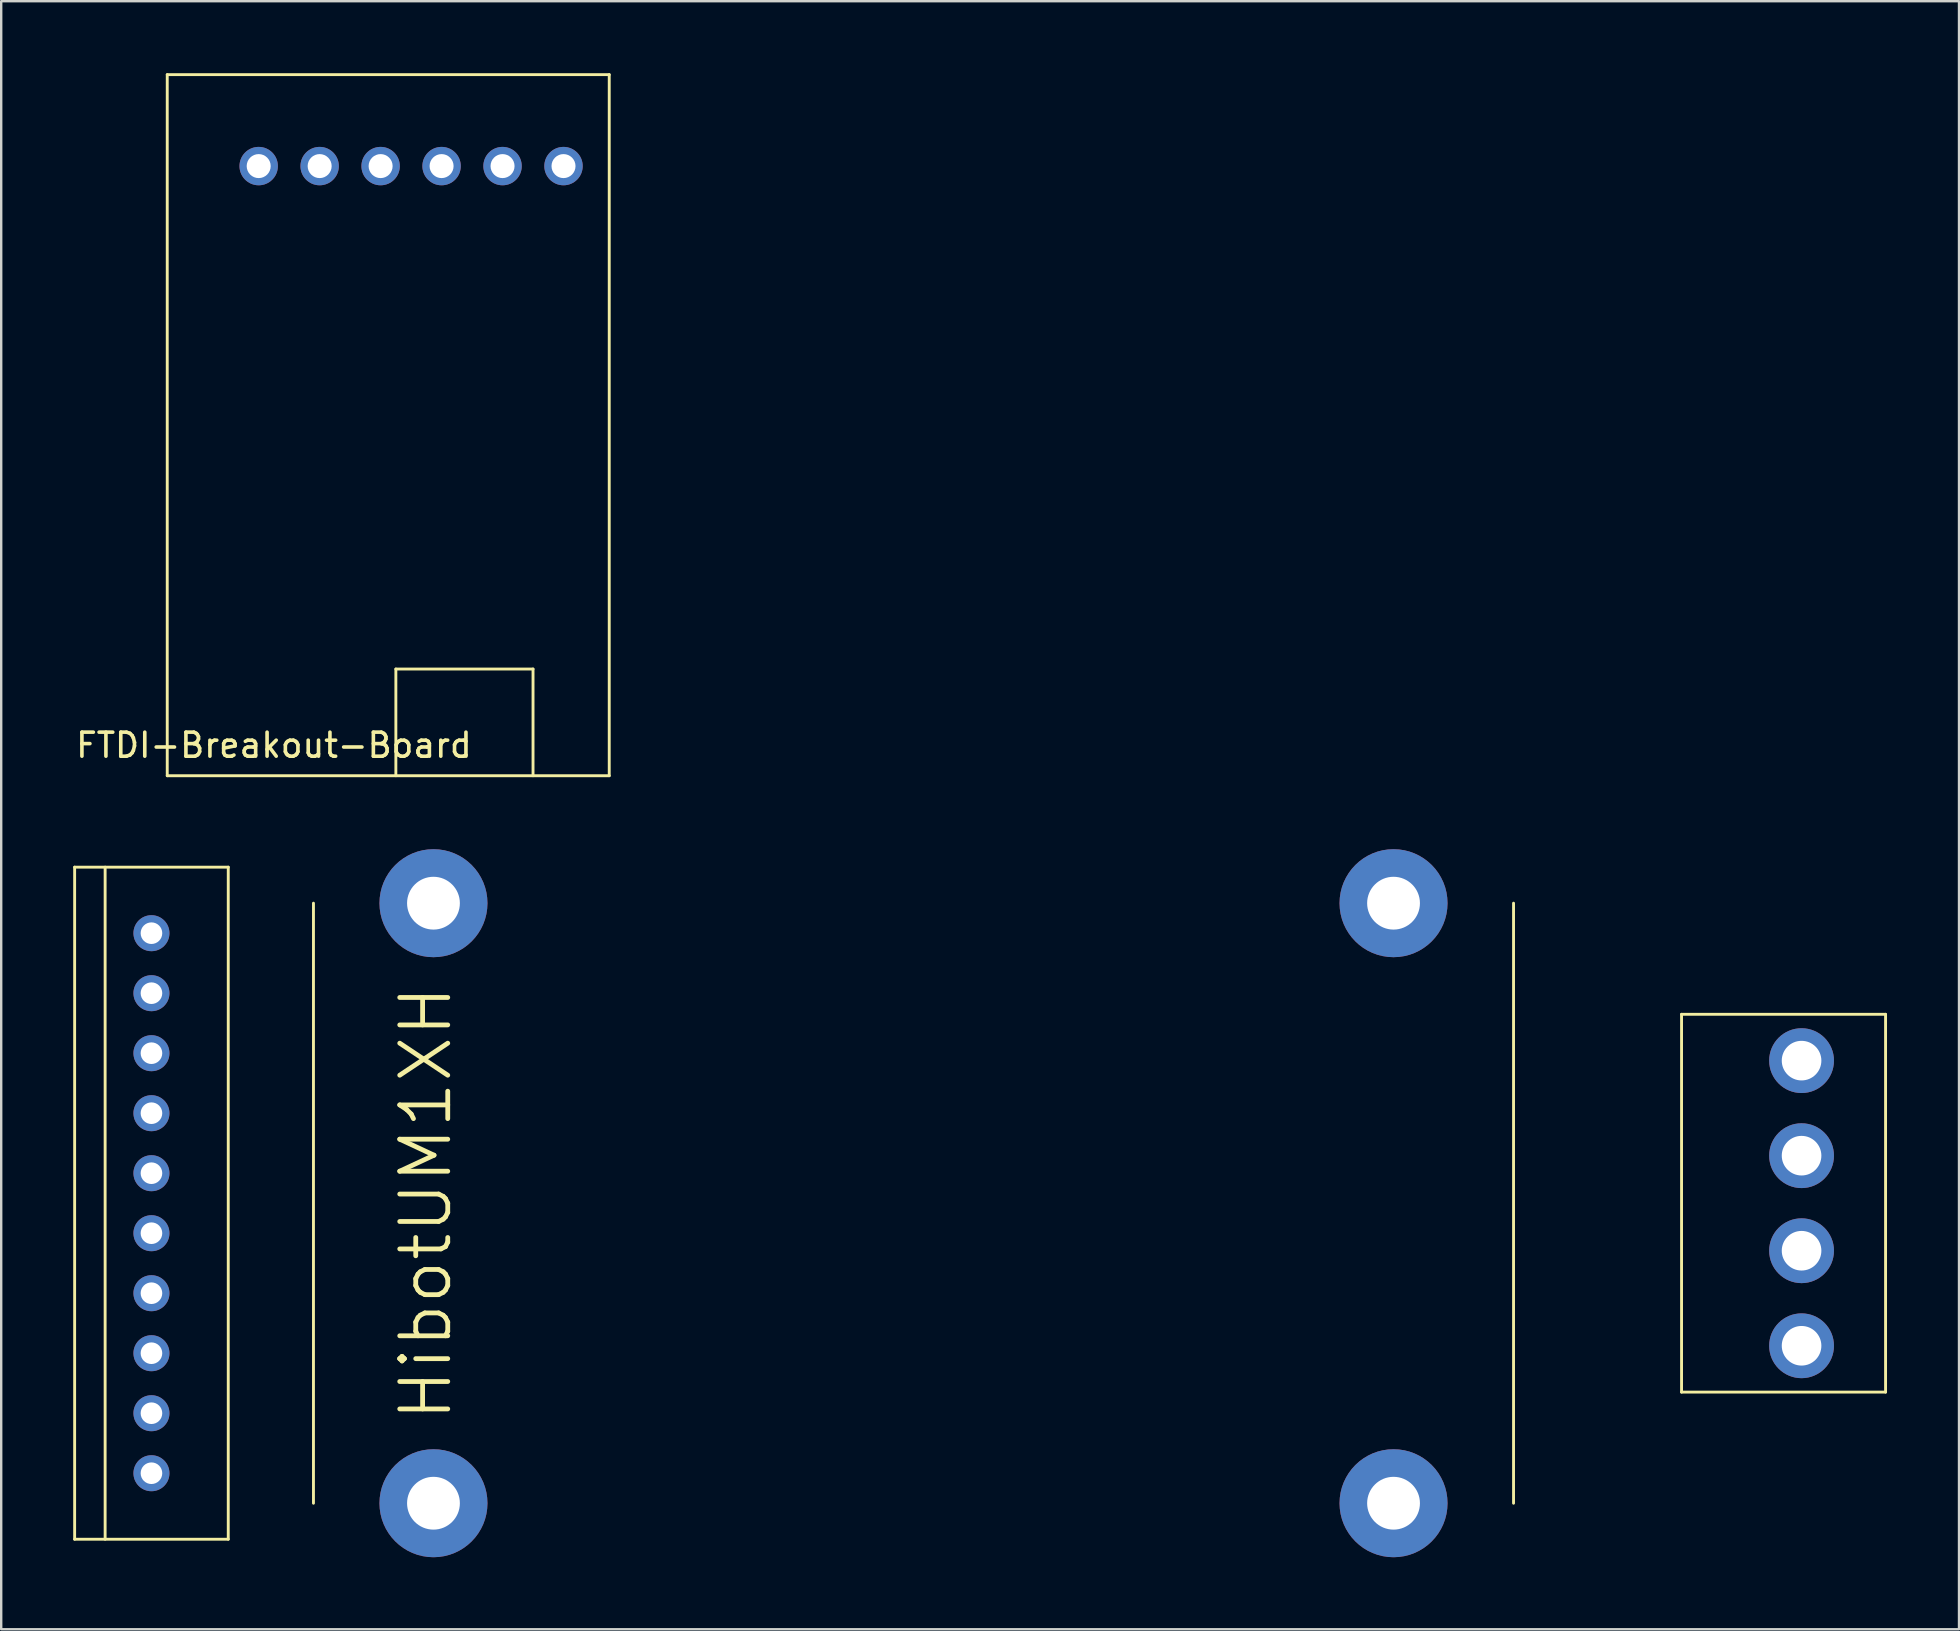
<source format=kicad_pcb>
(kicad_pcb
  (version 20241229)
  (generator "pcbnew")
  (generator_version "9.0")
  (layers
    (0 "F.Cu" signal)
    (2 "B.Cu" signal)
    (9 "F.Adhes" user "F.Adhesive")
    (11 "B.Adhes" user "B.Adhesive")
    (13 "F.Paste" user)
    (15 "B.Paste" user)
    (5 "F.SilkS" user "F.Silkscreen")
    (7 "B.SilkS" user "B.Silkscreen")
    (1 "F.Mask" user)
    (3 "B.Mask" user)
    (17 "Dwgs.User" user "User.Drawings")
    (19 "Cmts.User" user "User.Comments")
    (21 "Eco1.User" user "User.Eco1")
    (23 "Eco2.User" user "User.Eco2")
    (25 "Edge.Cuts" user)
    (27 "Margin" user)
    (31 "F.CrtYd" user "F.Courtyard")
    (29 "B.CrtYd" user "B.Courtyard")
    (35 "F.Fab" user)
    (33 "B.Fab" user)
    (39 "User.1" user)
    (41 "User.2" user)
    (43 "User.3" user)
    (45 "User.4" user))
  (footprint "FTDI-Breakout-Board"
    (layer "F.Cu")
    (at 14.078 3.87)
    (property "Reference" "FTDI-Breakout-Board" (at -5.715 24.13 180) (layer "F.SilkS") (effects (font (size 1 1) (thickness 0.15))))
    (attr through_hole)
    (fp_line (start -10.16 -3.81) (end 8.255 -3.81) (stroke (width 0.12) (type solid)) (layer "F.SilkS"))
    (fp_line (start -10.16 25.4) (end -10.16 -3.81) (stroke (width 0.12) (type solid)) (layer "F.SilkS"))
    (fp_line (start -0.635 20.955) (end 5.08 20.955) (stroke (width 0.12) (type solid)) (layer "F.SilkS"))
    (fp_line (start -0.635 25.4) (end -0.635 20.955) (stroke (width 0.12) (type solid)) (layer "F.SilkS"))
    (fp_line (start 5.08 20.955) (end 5.08 25.4) (stroke (width 0.12) (type solid)) (layer "F.SilkS"))
    (fp_line (start 8.255 -3.81) (end 8.255 25.4) (stroke (width 0.12) (type solid)) (layer "F.SilkS"))
    (fp_line (start 8.255 25.4) (end -10.16 25.4) (stroke (width 0.12) (type solid)) (layer "F.SilkS"))
    (pad "1" thru_hole circle (at -6.35 0) (size 1.6 1.6) (drill 1) (layers "*.Cu" "*.Mask"))
    (pad "2" thru_hole circle (at -3.81 0) (size 1.6 1.6) (drill 1) (layers "*.Cu" "*.Mask"))
    (pad "3" thru_hole circle (at -1.27 0) (size 1.6 1.6) (drill 1) (layers "*.Cu" "*.Mask"))
    (pad "4" thru_hole circle (at 1.27 0) (size 1.6 1.6) (drill 1) (layers "*.Cu" "*.Mask"))
    (pad "5" thru_hole circle (at 3.81 0) (size 1.6 1.6) (drill 1) (layers "*.Cu" "*.Mask"))
    (pad "6" thru_hole circle (at 6.35 0) (size 1.6 1.6) (drill 1) (layers "*.Cu" "*.Mask")))
  (footprint "HibotUM1XH"
    (layer "F.Cu")
    (at 35.01 47.08)
    (property "Reference" "HibotUM1XH" (at -20.32 0 90) (layer "F.SilkS") (effects (font (size 2 2) (thickness 0.2))))
    (attr through_hole)
    (fp_line (start -34.95 -14) (end -28.55 -14) (stroke (width 0.12) (type solid)) (layer "F.SilkS"))
    (fp_line (start -34.95 14) (end -34.95 -14) (stroke (width 0.12) (type solid)) (layer "F.SilkS"))
    (fp_line (start -33.68 14) (end -33.68 -14) (stroke (width 0.12) (type solid)) (layer "F.SilkS"))
    (fp_line (start -28.55 -14) (end -28.55 14) (stroke (width 0.12) (type solid)) (layer "F.SilkS"))
    (fp_line (start -28.55 14) (end -34.95 14) (stroke (width 0.12) (type solid)) (layer "F.SilkS"))
    (fp_line (start -25 12.5) (end -25 -12.5) (stroke (width 0.12) (type solid)) (layer "F.SilkS"))
    (fp_line (start 25 -12.5) (end 25 12.5) (stroke (width 0.12) (type solid)) (layer "F.SilkS"))
    (fp_line (start 32 -7.87) (end 40.5 -7.87) (stroke (width 0.12) (type solid)) (layer "F.SilkS"))
    (fp_line (start 32 7.87) (end 32 -7.87) (stroke (width 0.12) (type solid)) (layer "F.SilkS"))
    (fp_line (start 40.5 7.87) (end 32 7.87) (stroke (width 0.12) (type solid)) (layer "F.SilkS"))
    (fp_line (start 40.5 7.87) (end 40.5 -7.87) (stroke (width 0.12) (type solid)) (layer "F.SilkS"))
    (pad "" thru_hole circle (at -20 -12.5) (size 4.5 4.5) (drill 2.2) (layers "*.Cu" "*.Mask"))
    (pad "" thru_hole circle (at -20 12.5) (size 4.5 4.5) (drill 2.2) (layers "*.Cu" "*.Mask"))
    (pad "" thru_hole circle (at 20 -12.5) (size 4.5 4.5) (drill 2.2) (layers "*.Cu" "*.Mask"))
    (pad "" thru_hole circle (at 20 12.5) (size 4.5 4.5) (drill 2.2) (layers "*.Cu" "*.Mask"))
    (pad "1" thru_hole circle (at -31.75 11.25) (size 1.5 1.5) (drill 0.9) (layers "*.Cu" "*.Mask"))
    (pad "2" thru_hole circle (at -31.75 8.75) (size 1.5 1.5) (drill 0.9) (layers "*.Cu" "*.Mask"))
    (pad "3" thru_hole circle (at -31.75 6.25) (size 1.5 1.5) (drill 0.9) (layers "*.Cu" "*.Mask"))
    (pad "4" thru_hole circle (at -31.75 3.75) (size 1.5 1.5) (drill 0.9) (layers "*.Cu" "*.Mask"))
    (pad "5" thru_hole circle (at -31.75 1.25) (size 1.5 1.5) (drill 0.9) (layers "*.Cu" "*.Mask"))
    (pad "6" thru_hole circle (at -31.75 -1.25) (size 1.5 1.5) (drill 0.9) (layers "*.Cu" "*.Mask"))
    (pad "7" thru_hole circle (at -31.75 -3.75) (size 1.5 1.5) (drill 0.9) (layers "*.Cu" "*.Mask"))
    (pad "8" thru_hole circle (at -31.75 -6.25) (size 1.5 1.5) (drill 0.9) (layers "*.Cu" "*.Mask"))
    (pad "9" thru_hole circle (at -31.75 -8.75) (size 1.5 1.5) (drill 0.9) (layers "*.Cu" "*.Mask"))
    (pad "10" thru_hole circle (at -31.75 -11.25) (size 1.5 1.5) (drill 0.9) (layers "*.Cu" "*.Mask"))
    (pad "11" thru_hole circle (at 37 -5.94) (size 2.7 2.7) (drill 1.65) (layers "*.Cu" "*.Mask"))
    (pad "12" thru_hole circle (at 37 -1.98) (size 2.7 2.7) (drill 1.65) (layers "*.Cu" "*.Mask"))
    (pad "13" thru_hole circle (at 37 1.98) (size 2.7 2.7) (drill 1.65) (layers "*.Cu" "*.Mask"))
    (pad "14" thru_hole circle (at 37 5.94) (size 2.7 2.7) (drill 1.65) (layers "*.Cu" "*.Mask")))
  (gr_rect
    (start -3 -3)
    (end 78.57 64.83)
    (stroke (width 0.1) (type default))
    (fill no)
    (layer "Edge.Cuts")))
</source>
